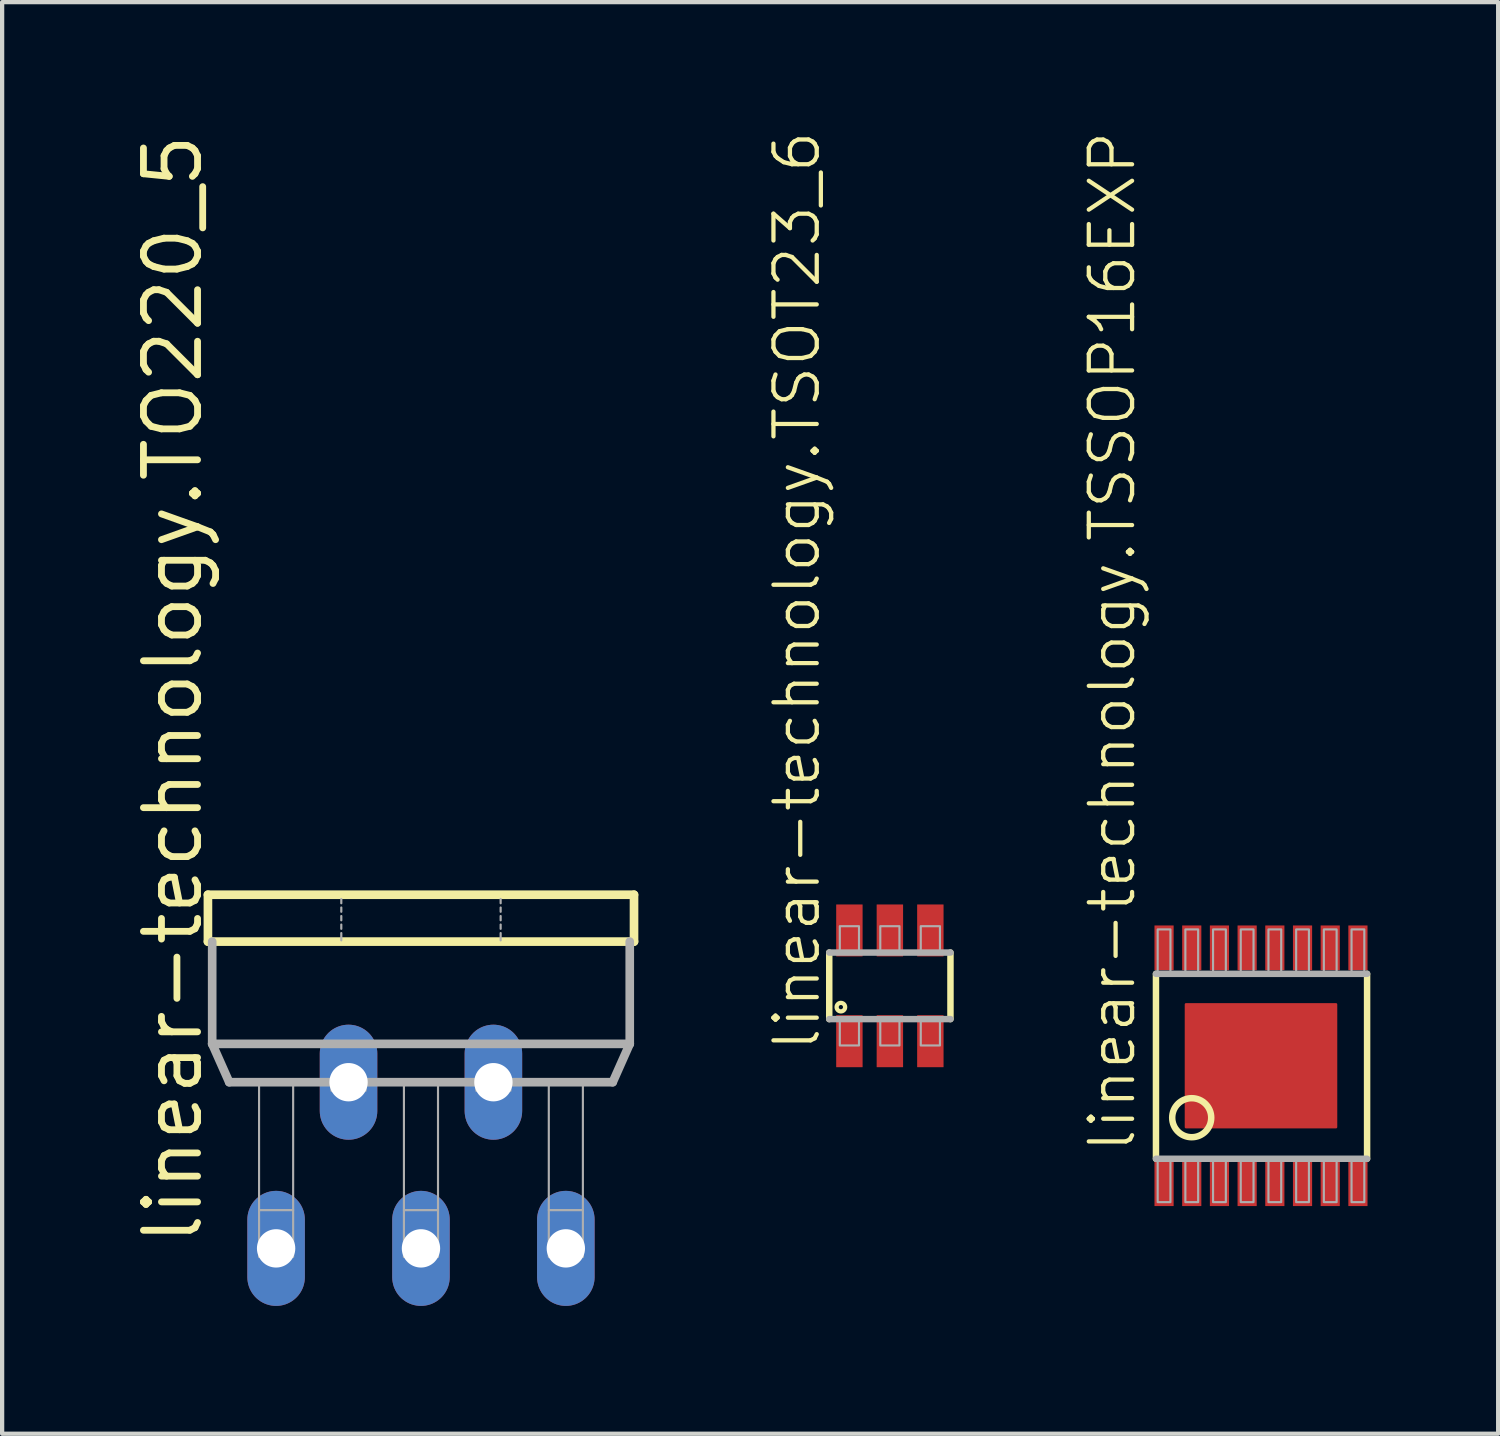
<source format=kicad_pcb>
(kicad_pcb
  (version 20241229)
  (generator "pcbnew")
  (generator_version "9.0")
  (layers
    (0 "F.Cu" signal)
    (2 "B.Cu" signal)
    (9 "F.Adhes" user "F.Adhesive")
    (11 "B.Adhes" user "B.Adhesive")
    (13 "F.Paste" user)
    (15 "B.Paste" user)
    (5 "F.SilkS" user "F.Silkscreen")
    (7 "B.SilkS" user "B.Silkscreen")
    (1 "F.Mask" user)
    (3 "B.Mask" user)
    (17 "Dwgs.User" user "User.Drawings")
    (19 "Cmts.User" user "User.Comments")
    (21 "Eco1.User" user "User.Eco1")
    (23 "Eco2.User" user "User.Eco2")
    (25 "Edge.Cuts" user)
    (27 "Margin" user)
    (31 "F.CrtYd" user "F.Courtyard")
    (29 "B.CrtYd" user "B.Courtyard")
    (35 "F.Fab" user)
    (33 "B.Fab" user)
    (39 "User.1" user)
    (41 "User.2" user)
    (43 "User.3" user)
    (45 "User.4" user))
  (footprint "linear-technology.TSSOP16EXP"
    (layer "F.Cu")
    (at 26.545 21.963)
    (property "Reference" "linear-technology.TSSOP16EXP" (at -2.896 2.083 90) (layer "F.SilkS") (effects (font (size 1.016 1.016) (thickness 0.1)) (justify left bottom)))
    (attr smd)
    (fp_rect (start -2.525 -2.225) (end -2.025 -3.325) (stroke (width 0.05) (type default)) (fill yes) (layer "F.Mask"))
    (fp_rect (start -2.525 3.325) (end -2.025 2.225) (stroke (width 0.05) (type default)) (fill yes) (layer "F.Mask"))
    (fp_rect (start -1.875 -2.225) (end -1.375 -3.325) (stroke (width 0.05) (type default)) (fill yes) (layer "F.Mask"))
    (fp_rect (start -1.875 3.325) (end -1.375 2.225) (stroke (width 0.05) (type default)) (fill yes) (layer "F.Mask"))
    (fp_rect (start -1.225 -2.225) (end -0.725 -3.325) (stroke (width 0.05) (type default)) (fill yes) (layer "F.Mask"))
    (fp_rect (start -1.225 3.325) (end -0.725 2.225) (stroke (width 0.05) (type default)) (fill yes) (layer "F.Mask"))
    (fp_rect (start -0.575 -2.225) (end -0.075 -3.325) (stroke (width 0.05) (type default)) (fill yes) (layer "F.Mask"))
    (fp_rect (start -0.575 3.325) (end -0.075 2.225) (stroke (width 0.05) (type default)) (fill yes) (layer "F.Mask"))
    (fp_rect (start 0.075 -2.225) (end 0.575 -3.325) (stroke (width 0.05) (type default)) (fill yes) (layer "F.Mask"))
    (fp_rect (start 0.075 3.325) (end 0.575 2.225) (stroke (width 0.05) (type default)) (fill yes) (layer "F.Mask"))
    (fp_rect (start 0.725 -2.225) (end 1.225 -3.325) (stroke (width 0.05) (type default)) (fill yes) (layer "F.Mask"))
    (fp_rect (start 0.725 3.325) (end 1.225 2.225) (stroke (width 0.05) (type default)) (fill yes) (layer "F.Mask"))
    (fp_rect (start 1.375 -2.225) (end 1.875 -3.325) (stroke (width 0.05) (type default)) (fill yes) (layer "F.Mask"))
    (fp_rect (start 1.375 3.325) (end 1.875 2.225) (stroke (width 0.05) (type default)) (fill yes) (layer "F.Mask"))
    (fp_rect (start 2.025 -2.225) (end 2.525 -3.325) (stroke (width 0.05) (type default)) (fill yes) (layer "F.Mask"))
    (fp_rect (start 2.025 3.325) (end 2.525 2.225) (stroke (width 0.05) (type default)) (fill yes) (layer "F.Mask"))
    (fp_line (start -2.465 2.183) (end -2.465 -2.158) (stroke (width 0.152) (type default)) (layer "F.SilkS"))
    (fp_line (start 2.49 -2.158) (end 2.49 2.183) (stroke (width 0.152) (type default)) (layer "F.SilkS"))
    (fp_circle (center -1.626 1.219) (end -1.168 1.219) (stroke (width 0.152) (type default)) (fill no) (layer "F.SilkS"))
    (fp_line (start -2.465 2.183) (end 2.49 2.183) (stroke (width 0.152) (type default)) (layer "F.Fab"))
    (fp_line (start 2.49 -2.158) (end -2.465 -2.158) (stroke (width 0.152) (type default)) (layer "F.Fab"))
    (fp_rect (start -2.425 -2.2) (end -2.125 -3.2) (stroke (width 0.05) (type default)) (fill no) (layer "F.Fab"))
    (fp_rect (start -2.425 3.2) (end -2.125 2.2) (stroke (width 0.05) (type default)) (fill no) (layer "F.Fab"))
    (fp_rect (start -1.775 -2.2) (end -1.475 -3.2) (stroke (width 0.05) (type default)) (fill no) (layer "F.Fab"))
    (fp_rect (start -1.775 3.2) (end -1.475 2.2) (stroke (width 0.05) (type default)) (fill no) (layer "F.Fab"))
    (fp_rect (start -1.125 -2.2) (end -0.825 -3.2) (stroke (width 0.05) (type default)) (fill no) (layer "F.Fab"))
    (fp_rect (start -1.125 3.2) (end -0.825 2.2) (stroke (width 0.05) (type default)) (fill no) (layer "F.Fab"))
    (fp_rect (start -0.475 -2.2) (end -0.175 -3.2) (stroke (width 0.05) (type default)) (fill no) (layer "F.Fab"))
    (fp_rect (start -0.475 3.2) (end -0.175 2.2) (stroke (width 0.05) (type default)) (fill no) (layer "F.Fab"))
    (fp_rect (start 0.175 -2.2) (end 0.475 -3.2) (stroke (width 0.05) (type default)) (fill no) (layer "F.Fab"))
    (fp_rect (start 0.175 3.2) (end 0.475 2.2) (stroke (width 0.05) (type default)) (fill no) (layer "F.Fab"))
    (fp_rect (start 0.825 -2.2) (end 1.125 -3.2) (stroke (width 0.05) (type default)) (fill no) (layer "F.Fab"))
    (fp_rect (start 0.825 3.2) (end 1.125 2.2) (stroke (width 0.05) (type default)) (fill no) (layer "F.Fab"))
    (fp_rect (start 1.475 -2.2) (end 1.775 -3.2) (stroke (width 0.05) (type default)) (fill no) (layer "F.Fab"))
    (fp_rect (start 1.475 3.2) (end 1.775 2.2) (stroke (width 0.05) (type default)) (fill no) (layer "F.Fab"))
    (fp_rect (start 2.125 -2.2) (end 2.425 -3.2) (stroke (width 0.05) (type default)) (fill no) (layer "F.Fab"))
    (fp_rect (start 2.125 3.2) (end 2.425 2.2) (stroke (width 0.05) (type default)) (fill no) (layer "F.Fab"))
    (pad "1" smd roundrect (at -2.275 2.768) (size 0.45 1.05) (layers "F.Cu" "F.Mask" "F.Paste") (roundrect_rratio 0.01))
    (pad "2" smd roundrect (at -1.625 2.768) (size 0.45 1.05) (layers "F.Cu" "F.Mask" "F.Paste") (roundrect_rratio 0.01))
    (pad "3" smd roundrect (at -0.975 2.768) (size 0.45 1.05) (layers "F.Cu" "F.Mask" "F.Paste") (roundrect_rratio 0.01))
    (pad "4" smd roundrect (at -0.325 2.768) (size 0.45 1.05) (layers "F.Cu" "F.Mask" "F.Paste") (roundrect_rratio 0.01))
    (pad "5" smd roundrect (at 0.325 2.768) (size 0.45 1.05) (layers "F.Cu" "F.Mask" "F.Paste") (roundrect_rratio 0.01))
    (pad "6" smd roundrect (at 0.975 2.768) (size 0.45 1.05) (layers "F.Cu" "F.Mask" "F.Paste") (roundrect_rratio 0.01))
    (pad "7" smd roundrect (at 1.625 2.768) (size 0.45 1.05) (layers "F.Cu" "F.Mask" "F.Paste") (roundrect_rratio 0.01))
    (pad "8" smd roundrect (at 2.275 2.768) (size 0.45 1.05) (layers "F.Cu" "F.Mask" "F.Paste") (roundrect_rratio 0.01))
    (pad "9" smd roundrect (at 2.275 -2.768) (size 0.45 1.05) (layers "F.Cu" "F.Mask" "F.Paste") (roundrect_rratio 0.01))
    (pad "10" smd roundrect (at 1.625 -2.768) (size 0.45 1.05) (layers "F.Cu" "F.Mask" "F.Paste") (roundrect_rratio 0.01))
    (pad "11" smd roundrect (at 0.975 -2.768) (size 0.45 1.05) (layers "F.Cu" "F.Mask" "F.Paste") (roundrect_rratio 0.01))
    (pad "12" smd roundrect (at 0.325 -2.768) (size 0.45 1.05) (layers "F.Cu" "F.Mask" "F.Paste") (roundrect_rratio 0.01))
    (pad "13" smd roundrect (at -0.325 -2.768) (size 0.45 1.05) (layers "F.Cu" "F.Mask" "F.Paste") (roundrect_rratio 0.01))
    (pad "14" smd roundrect (at -0.975 -2.768) (size 0.45 1.05) (layers "F.Cu" "F.Mask" "F.Paste") (roundrect_rratio 0.01))
    (pad "15" smd roundrect (at -1.625 -2.768) (size 0.45 1.05) (layers "F.Cu" "F.Mask" "F.Paste") (roundrect_rratio 0.01))
    (pad "16" smd roundrect (at -2.275 -2.768) (size 0.45 1.05) (layers "F.Cu" "F.Mask" "F.Paste") (roundrect_rratio 0.01))
    (pad "EXP" smd roundrect (at 0 0) (size 3.58 2.94) (layers "F.Cu" "F.Mask" "F.Paste") (roundrect_rratio 0.01)))
  (footprint "linear-technology.TO220_5"
    (layer "F.Cu")
    (at 6.83 17.849)
    (property "Reference" "linear-technology.TO220_5" (at -5.08 8.382 90) (layer "F.SilkS") (effects (font (size 1.27 1.27) (thickness 0.16)) (justify left bottom)))
    (attr through_hole)
    (fp_line (start -5 0.1) (end -5 1.2) (stroke (width 0.203) (type default)) (layer "F.SilkS"))
    (fp_line (start -5 1.2) (end 5 1.2) (stroke (width 0.203) (type default)) (layer "F.SilkS"))
    (fp_line (start 5 0.1) (end -5 0.1) (stroke (width 0.203) (type default)) (layer "F.SilkS"))
    (fp_line (start 5 1.2) (end 5 0.1) (stroke (width 0.203) (type default)) (layer "F.SilkS"))
    (fp_line (start -4.9 1.2) (end -4.9 3.6) (stroke (width 0.203) (type default)) (layer "F.Fab"))
    (fp_line (start -4.9 3.6) (end -4.5 4.5) (stroke (width 0.203) (type default)) (layer "F.Fab"))
    (fp_line (start -4.9 3.6) (end 4.9 3.6) (stroke (width 0.203) (type default)) (layer "F.Fab"))
    (fp_line (start -4.5 4.5) (end 4.5 4.5) (stroke (width 0.203) (type default)) (layer "F.Fab"))
    (fp_line (start -1.87 0.2) (end -1.87 0.3) (stroke (width 0.051) (type default)) (layer "F.Fab"))
    (fp_line (start -1.87 0.4) (end -1.87 0.5) (stroke (width 0.051) (type default)) (layer "F.Fab"))
    (fp_line (start -1.87 0.6) (end -1.87 0.7) (stroke (width 0.051) (type default)) (layer "F.Fab"))
    (fp_line (start -1.87 0.8) (end -1.87 0.9) (stroke (width 0.051) (type default)) (layer "F.Fab"))
    (fp_line (start -1.87 1) (end -1.87 1.17) (stroke (width 0.051) (type default)) (layer "F.Fab"))
    (fp_line (start 1.87 0.3) (end 1.87 0.2) (stroke (width 0.051) (type default)) (layer "F.Fab"))
    (fp_line (start 1.87 0.5) (end 1.87 0.4) (stroke (width 0.051) (type default)) (layer "F.Fab"))
    (fp_line (start 1.87 0.7) (end 1.87 0.6) (stroke (width 0.051) (type default)) (layer "F.Fab"))
    (fp_line (start 1.87 0.9) (end 1.87 0.8) (stroke (width 0.051) (type default)) (layer "F.Fab"))
    (fp_line (start 1.87 1.17) (end 1.87 1) (stroke (width 0.051) (type default)) (layer "F.Fab"))
    (fp_line (start 4.5 4.5) (end 4.9 3.6) (stroke (width 0.203) (type default)) (layer "F.Fab"))
    (fp_line (start 4.9 3.6) (end 4.9 1.2) (stroke (width 0.203) (type default)) (layer "F.Fab"))
    (fp_rect (start -3.8 7.5) (end -3 4.5) (stroke (width 0.05) (type default)) (fill no) (layer "F.Fab"))
    (fp_rect (start -3.8 8.6) (end -3 7.5) (stroke (width 0.05) (type default)) (fill no) (layer "F.Fab"))
    (fp_rect (start -2.1 4.7) (end -1.3 4.5) (stroke (width 0.05) (type default)) (fill no) (layer "F.Fab"))
    (fp_rect (start -0.4 7.5) (end 0.4 4.5) (stroke (width 0.05) (type default)) (fill no) (layer "F.Fab"))
    (fp_rect (start -0.4 8.6) (end 0.4 7.5) (stroke (width 0.05) (type default)) (fill no) (layer "F.Fab"))
    (fp_rect (start 1.3 4.7) (end 2.1 4.5) (stroke (width 0.05) (type default)) (fill no) (layer "F.Fab"))
    (fp_rect (start 3 7.5) (end 3.8 4.5) (stroke (width 0.05) (type default)) (fill no) (layer "F.Fab"))
    (fp_rect (start 3 8.6) (end 3.8 7.5) (stroke (width 0.05) (type default)) (fill no) (layer "F.Fab"))
    (pad "1" thru_hole oval (at -3.4 8.4 90) (size 2.7 1.35) (drill 0.9) (layers "*.Cu" "*.Mask"))
    (pad "2" thru_hole oval (at -1.7 4.5 90) (size 2.7 1.35) (drill 0.9) (layers "*.Cu" "*.Mask"))
    (pad "3" thru_hole oval (at 0 8.4 90) (size 2.7 1.35) (drill 0.9) (layers "*.Cu" "*.Mask"))
    (pad "4" thru_hole oval (at 1.7 4.5 90) (size 2.7 1.35) (drill 0.9) (layers "*.Cu" "*.Mask"))
    (pad "5" thru_hole oval (at 3.4 8.4 90) (size 2.7 1.35) (drill 0.9) (layers "*.Cu" "*.Mask")))
  (footprint "linear-technology.TSOT23_6"
    (layer "F.Cu")
    (at 17.835 20.087)
    (property "Reference" "linear-technology.TSOT23_6" (at -1.587 1.587 90) (layer "F.SilkS") (effects (font (size 1.016 1.016) (thickness 0.1)) (justify left bottom)))
    (attr smd)
    (fp_line (start -1.423 0.781) (end -1.423 -0.781) (stroke (width 0.152) (type default)) (layer "F.SilkS"))
    (fp_line (start 1.422 -0.781) (end 1.422 0.781) (stroke (width 0.152) (type default)) (layer "F.SilkS"))
    (fp_circle (center -1.15 0.5) (end -1.05 0.5) (stroke (width 0.1) (type default)) (fill no) (layer "F.SilkS"))
    (fp_line (start -1.423 -0.781) (end 1.422 -0.781) (stroke (width 0.152) (type default)) (layer "F.Fab"))
    (fp_line (start 1.422 0.781) (end -1.423 0.781) (stroke (width 0.152) (type default)) (layer "F.Fab"))
    (fp_rect (start -1.175 -0.8) (end -0.725 -1.4) (stroke (width 0.05) (type default)) (fill no) (layer "F.Fab"))
    (fp_rect (start -1.175 1.4) (end -0.725 0.8) (stroke (width 0.05) (type default)) (fill no) (layer "F.Fab"))
    (fp_rect (start -0.225 -0.8) (end 0.225 -1.4) (stroke (width 0.05) (type default)) (fill no) (layer "F.Fab"))
    (fp_rect (start -0.225 1.4) (end 0.225 0.8) (stroke (width 0.05) (type default)) (fill no) (layer "F.Fab"))
    (fp_rect (start 0.725 -0.8) (end 1.175 -1.4) (stroke (width 0.05) (type default)) (fill no) (layer "F.Fab"))
    (fp_rect (start 0.725 1.4) (end 1.175 0.8) (stroke (width 0.05) (type default)) (fill no) (layer "F.Fab"))
    (pad "1" smd roundrect (at -0.95 1.3) (size 0.62 1.22) (layers "F.Cu" "F.Mask" "F.Paste") (roundrect_rratio 0.01))
    (pad "2" smd roundrect (at 0 1.3) (size 0.62 1.22) (layers "F.Cu" "F.Mask" "F.Paste") (roundrect_rratio 0.01))
    (pad "3" smd roundrect (at 0.95 1.3) (size 0.62 1.22) (layers "F.Cu" "F.Mask" "F.Paste") (roundrect_rratio 0.01))
    (pad "4" smd roundrect (at 0.95 -1.3) (size 0.62 1.22) (layers "F.Cu" "F.Mask" "F.Paste") (roundrect_rratio 0.01))
    (pad "5" smd roundrect (at 0 -1.3) (size 0.62 1.22) (layers "F.Cu" "F.Mask" "F.Paste") (roundrect_rratio 0.01))
    (pad "6" smd roundrect (at -0.95 -1.3) (size 0.62 1.22) (layers "F.Cu" "F.Mask" "F.Paste") (roundrect_rratio 0.01)))
  (gr_rect
    (start -3 -3)
    (end 32.111 30.599)
    (stroke (width 0.1) (type default))
    (fill no)
    (layer "Edge.Cuts")))
</source>
